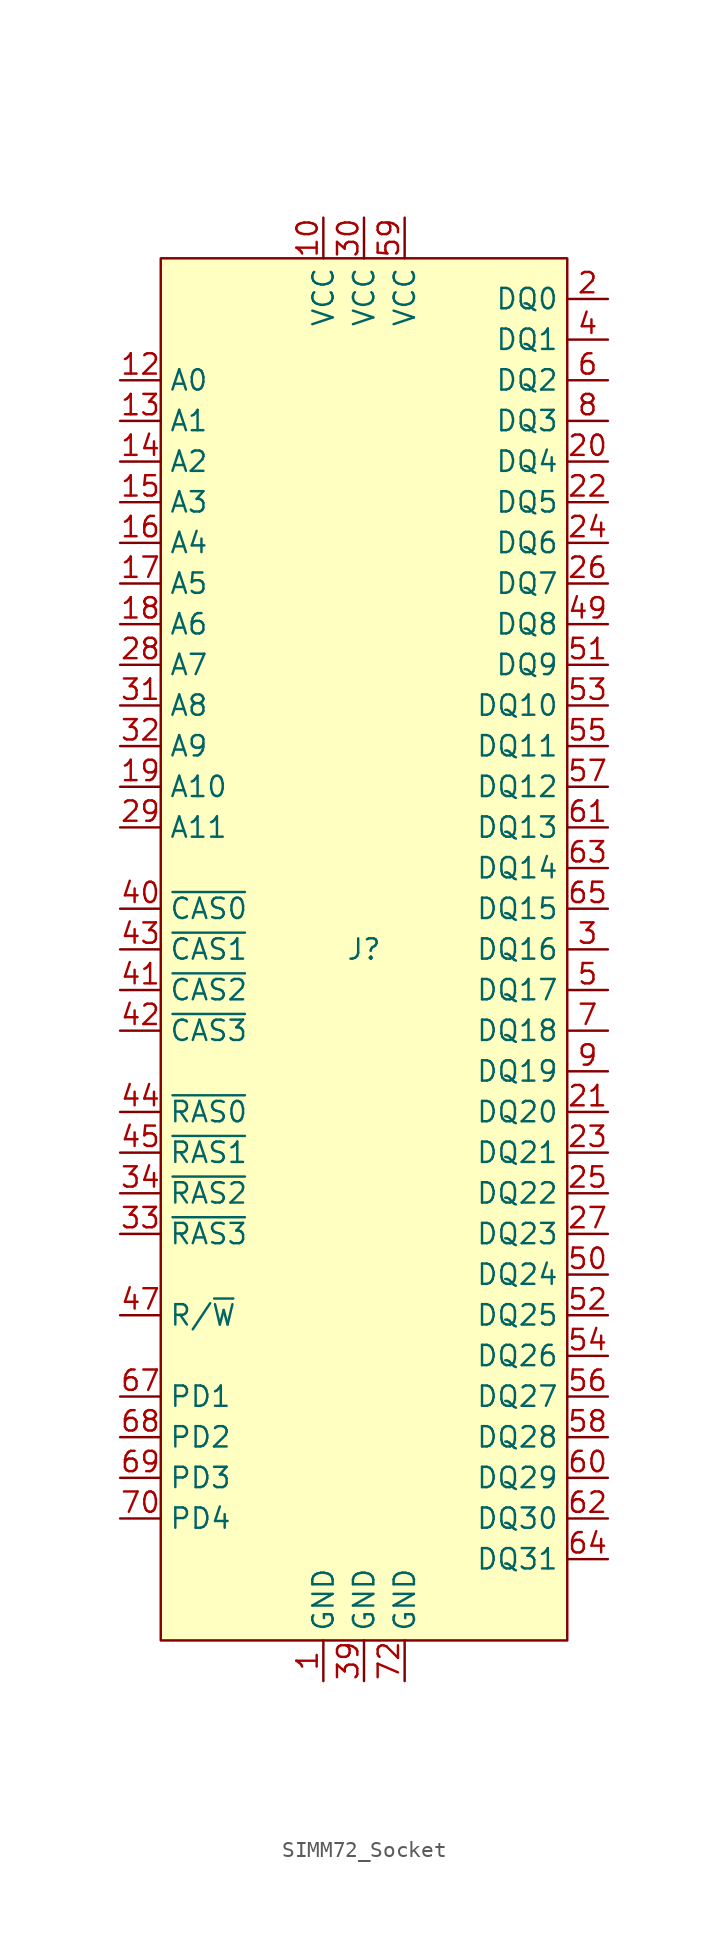
<source format=kicad_sym>
(kicad_symbol_lib
  (version 20220914)
  (generator kicad_symbol_editor)
  (symbol "SIMM72_Socket"
    (property "Reference" "J"
      (at 0 0 0)
      (effects (font (size 1.27 1.27))))
    (property "Value" ""
      (at 0 2.54 0)
      (effects (font (size 1.27 1.27))))
    (symbol "SIMM72_Socket_1_1"
      (rectangle (start -12.7 43.18) (end 12.7 -43.18) (stroke (width 0) (type default)) (fill (type background)))
      (pin power_in line (at -2.54 -45.72 90) (length 2.54) (name "GND" (effects (font (size 1.27 1.27)))) (number "1" (effects (font (size 1.27 1.27)))))
      (pin power_in line (at -2.54 45.72 270) (length 2.54) (name "VCC" (effects (font (size 1.27 1.27)))) (number "10" (effects (font (size 1.27 1.27)))))
      (pin input line (at -15.24 35.56 0) (length 2.54) (name "A0" (effects (font (size 1.27 1.27)))) (number "12" (effects (font (size 1.27 1.27)))))
      (pin input line (at -15.24 33.02 0) (length 2.54) (name "A1" (effects (font (size 1.27 1.27)))) (number "13" (effects (font (size 1.27 1.27)))))
      (pin input line (at -15.24 30.48 0) (length 2.54) (name "A2" (effects (font (size 1.27 1.27)))) (number "14" (effects (font (size 1.27 1.27)))))
      (pin input line (at -15.24 27.94 0) (length 2.54) (name "A3" (effects (font (size 1.27 1.27)))) (number "15" (effects (font (size 1.27 1.27)))))
      (pin input line (at -15.24 25.4 0) (length 2.54) (name "A4" (effects (font (size 1.27 1.27)))) (number "16" (effects (font (size 1.27 1.27)))))
      (pin input line (at -15.24 22.86 0) (length 2.54) (name "A5" (effects (font (size 1.27 1.27)))) (number "17" (effects (font (size 1.27 1.27)))))
      (pin input line (at -15.24 20.32 0) (length 2.54) (name "A6" (effects (font (size 1.27 1.27)))) (number "18" (effects (font (size 1.27 1.27)))))
      (pin input line (at -15.24 10.16 0) (length 2.54) (name "A10" (effects (font (size 1.27 1.27)))) (number "19" (effects (font (size 1.27 1.27)))))
      (pin bidirectional line (at 15.24 40.64 180) (length 2.54) (name "DQ0" (effects (font (size 1.27 1.27)))) (number "2" (effects (font (size 1.27 1.27)))))
      (pin bidirectional line (at 15.24 30.48 180) (length 2.54) (name "DQ4" (effects (font (size 1.27 1.27)))) (number "20" (effects (font (size 1.27 1.27)))))
      (pin bidirectional line (at 15.24 -10.16 180) (length 2.54) (name "DQ20" (effects (font (size 1.27 1.27)))) (number "21" (effects (font (size 1.27 1.27)))))
      (pin bidirectional line (at 15.24 27.94 180) (length 2.54) (name "DQ5" (effects (font (size 1.27 1.27)))) (number "22" (effects (font (size 1.27 1.27)))))
      (pin bidirectional line (at 15.24 -12.7 180) (length 2.54) (name "DQ21" (effects (font (size 1.27 1.27)))) (number "23" (effects (font (size 1.27 1.27)))))
      (pin bidirectional line (at 15.24 25.4 180) (length 2.54) (name "DQ6" (effects (font (size 1.27 1.27)))) (number "24" (effects (font (size 1.27 1.27)))))
      (pin bidirectional line (at 15.24 -15.24 180) (length 2.54) (name "DQ22" (effects (font (size 1.27 1.27)))) (number "25" (effects (font (size 1.27 1.27)))))
      (pin bidirectional line (at 15.24 22.86 180) (length 2.54) (name "DQ7" (effects (font (size 1.27 1.27)))) (number "26" (effects (font (size 1.27 1.27)))))
      (pin bidirectional line (at 15.24 -17.78 180) (length 2.54) (name "DQ23" (effects (font (size 1.27 1.27)))) (number "27" (effects (font (size 1.27 1.27)))))
      (pin input line (at -15.24 17.78 0) (length 2.54) (name "A7" (effects (font (size 1.27 1.27)))) (number "28" (effects (font (size 1.27 1.27)))))
      (pin input line (at -15.24 7.62 0) (length 2.54) (name "A11" (effects (font (size 1.27 1.27)))) (number "29" (effects (font (size 1.27 1.27)))))
      (pin bidirectional line (at 15.24 0 180) (length 2.54) (name "DQ16" (effects (font (size 1.27 1.27)))) (number "3" (effects (font (size 1.27 1.27)))))
      (pin power_in line (at 0 45.72 270) (length 2.54) (name "VCC" (effects (font (size 1.27 1.27)))) (number "30" (effects (font (size 1.27 1.27)))))
      (pin input line (at -15.24 15.24 0) (length 2.54) (name "A8" (effects (font (size 1.27 1.27)))) (number "31" (effects (font (size 1.27 1.27)))))
      (pin input line (at -15.24 12.7 0) (length 2.54) (name "A9" (effects (font (size 1.27 1.27)))) (number "32" (effects (font (size 1.27 1.27)))))
      (pin input line (at -15.24 -17.78 0) (length 2.54) (name "~{RAS3}" (effects (font (size 1.27 1.27)))) (number "33" (effects (font (size 1.27 1.27)))))
      (pin input line (at -15.24 -15.24 0) (length 2.54) (name "~{RAS2}" (effects (font (size 1.27 1.27)))) (number "34" (effects (font (size 1.27 1.27)))))
      (pin power_in line (at 0 -45.72 90) (length 2.54) (name "GND" (effects (font (size 1.27 1.27)))) (number "39" (effects (font (size 1.27 1.27)))))
      (pin bidirectional line (at 15.24 38.1 180) (length 2.54) (name "DQ1" (effects (font (size 1.27 1.27)))) (number "4" (effects (font (size 1.27 1.27)))))
      (pin input line (at -15.24 2.54 0) (length 2.54) (name "~{CAS0}" (effects (font (size 1.27 1.27)))) (number "40" (effects (font (size 1.27 1.27)))))
      (pin input line (at -15.24 -2.54 0) (length 2.54) (name "~{CAS2}" (effects (font (size 1.27 1.27)))) (number "41" (effects (font (size 1.27 1.27)))))
      (pin input line (at -15.24 -5.08 0) (length 2.54) (name "~{CAS3}" (effects (font (size 1.27 1.27)))) (number "42" (effects (font (size 1.27 1.27)))))
      (pin input line (at -15.24 0 0) (length 2.54) (name "~{CAS1}" (effects (font (size 1.27 1.27)))) (number "43" (effects (font (size 1.27 1.27)))))
      (pin input line (at -15.24 -10.16 0) (length 2.54) (name "~{RAS0}" (effects (font (size 1.27 1.27)))) (number "44" (effects (font (size 1.27 1.27)))))
      (pin input line (at -15.24 -12.7 0) (length 2.54) (name "~{RAS1}" (effects (font (size 1.27 1.27)))) (number "45" (effects (font (size 1.27 1.27)))))
      (pin input line (at -15.24 -22.86 0) (length 2.54) (name "R/~{W}" (effects (font (size 1.27 1.27)))) (number "47" (effects (font (size 1.27 1.27)))))
      (pin bidirectional line (at 15.24 20.32 180) (length 2.54) (name "DQ8" (effects (font (size 1.27 1.27)))) (number "49" (effects (font (size 1.27 1.27)))))
      (pin bidirectional line (at 15.24 -2.54 180) (length 2.54) (name "DQ17" (effects (font (size 1.27 1.27)))) (number "5" (effects (font (size 1.27 1.27)))))
      (pin bidirectional line (at 15.24 -20.32 180) (length 2.54) (name "DQ24" (effects (font (size 1.27 1.27)))) (number "50" (effects (font (size 1.27 1.27)))))
      (pin bidirectional line (at 15.24 17.78 180) (length 2.54) (name "DQ9" (effects (font (size 1.27 1.27)))) (number "51" (effects (font (size 1.27 1.27)))))
      (pin bidirectional line (at 15.24 -22.86 180) (length 2.54) (name "DQ25" (effects (font (size 1.27 1.27)))) (number "52" (effects (font (size 1.27 1.27)))))
      (pin bidirectional line (at 15.24 15.24 180) (length 2.54) (name "DQ10" (effects (font (size 1.27 1.27)))) (number "53" (effects (font (size 1.27 1.27)))))
      (pin bidirectional line (at 15.24 -25.4 180) (length 2.54) (name "DQ26" (effects (font (size 1.27 1.27)))) (number "54" (effects (font (size 1.27 1.27)))))
      (pin bidirectional line (at 15.24 12.7 180) (length 2.54) (name "DQ11" (effects (font (size 1.27 1.27)))) (number "55" (effects (font (size 1.27 1.27)))))
      (pin bidirectional line (at 15.24 -27.94 180) (length 2.54) (name "DQ27" (effects (font (size 1.27 1.27)))) (number "56" (effects (font (size 1.27 1.27)))))
      (pin bidirectional line (at 15.24 10.16 180) (length 2.54) (name "DQ12" (effects (font (size 1.27 1.27)))) (number "57" (effects (font (size 1.27 1.27)))))
      (pin bidirectional line (at 15.24 -30.48 180) (length 2.54) (name "DQ28" (effects (font (size 1.27 1.27)))) (number "58" (effects (font (size 1.27 1.27)))))
      (pin power_in line (at 2.54 45.72 270) (length 2.54) (name "VCC" (effects (font (size 1.27 1.27)))) (number "59" (effects (font (size 1.27 1.27)))))
      (pin bidirectional line (at 15.24 35.56 180) (length 2.54) (name "DQ2" (effects (font (size 1.27 1.27)))) (number "6" (effects (font (size 1.27 1.27)))))
      (pin bidirectional line (at 15.24 -33.02 180) (length 2.54) (name "DQ29" (effects (font (size 1.27 1.27)))) (number "60" (effects (font (size 1.27 1.27)))))
      (pin bidirectional line (at 15.24 7.62 180) (length 2.54) (name "DQ13" (effects (font (size 1.27 1.27)))) (number "61" (effects (font (size 1.27 1.27)))))
      (pin bidirectional line (at 15.24 -35.56 180) (length 2.54) (name "DQ30" (effects (font (size 1.27 1.27)))) (number "62" (effects (font (size 1.27 1.27)))))
      (pin bidirectional line (at 15.24 5.08 180) (length 2.54) (name "DQ14" (effects (font (size 1.27 1.27)))) (number "63" (effects (font (size 1.27 1.27)))))
      (pin bidirectional line (at 15.24 -38.1 180) (length 2.54) (name "DQ31" (effects (font (size 1.27 1.27)))) (number "64" (effects (font (size 1.27 1.27)))))
      (pin bidirectional line (at 15.24 2.54 180) (length 2.54) (name "DQ15" (effects (font (size 1.27 1.27)))) (number "65" (effects (font (size 1.27 1.27)))))
      (pin passive line (at -15.24 -27.94 0) (length 2.54) (name "PD1" (effects (font (size 1.27 1.27)))) (number "67" (effects (font (size 1.27 1.27)))))
      (pin passive line (at -15.24 -30.48 0) (length 2.54) (name "PD2" (effects (font (size 1.27 1.27)))) (number "68" (effects (font (size 1.27 1.27)))))
      (pin passive line (at -15.24 -33.02 0) (length 2.54) (name "PD3" (effects (font (size 1.27 1.27)))) (number "69" (effects (font (size 1.27 1.27)))))
      (pin bidirectional line (at 15.24 -5.08 180) (length 2.54) (name "DQ18" (effects (font (size 1.27 1.27)))) (number "7" (effects (font (size 1.27 1.27)))))
      (pin passive line (at -15.24 -35.56 0) (length 2.54) (name "PD4" (effects (font (size 1.27 1.27)))) (number "70" (effects (font (size 1.27 1.27)))))
      (pin power_in line (at 2.54 -45.72 90) (length 2.54) (name "GND" (effects (font (size 1.27 1.27)))) (number "72" (effects (font (size 1.27 1.27)))))
      (pin bidirectional line (at 15.24 33.02 180) (length 2.54) (name "DQ3" (effects (font (size 1.27 1.27)))) (number "8" (effects (font (size 1.27 1.27)))))
      (pin bidirectional line (at 15.24 -7.62 180) (length 2.54) (name "DQ19" (effects (font (size 1.27 1.27)))) (number "9" (effects (font (size 1.27 1.27))))))))
</source>
